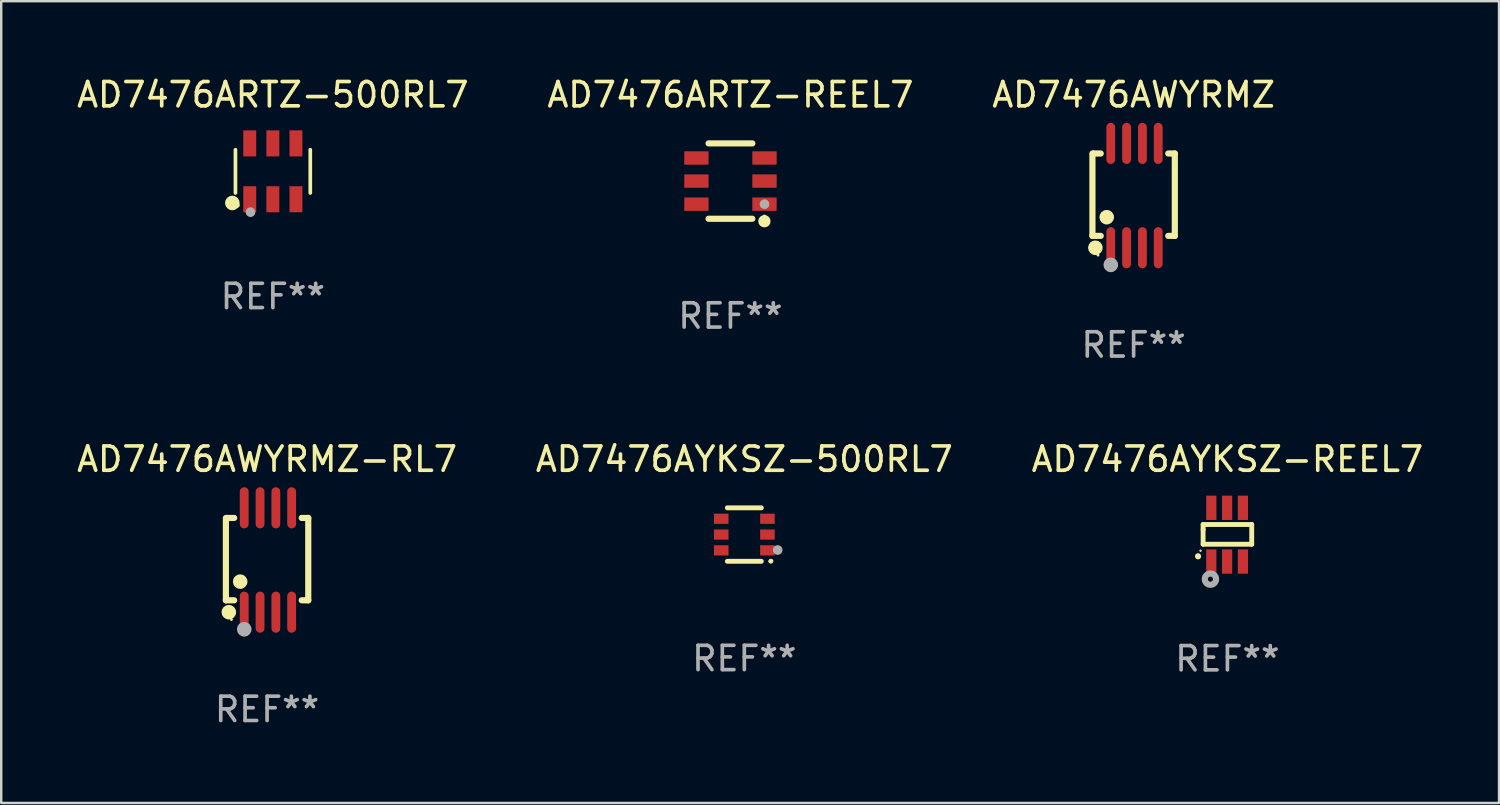
<source format=kicad_pcb>
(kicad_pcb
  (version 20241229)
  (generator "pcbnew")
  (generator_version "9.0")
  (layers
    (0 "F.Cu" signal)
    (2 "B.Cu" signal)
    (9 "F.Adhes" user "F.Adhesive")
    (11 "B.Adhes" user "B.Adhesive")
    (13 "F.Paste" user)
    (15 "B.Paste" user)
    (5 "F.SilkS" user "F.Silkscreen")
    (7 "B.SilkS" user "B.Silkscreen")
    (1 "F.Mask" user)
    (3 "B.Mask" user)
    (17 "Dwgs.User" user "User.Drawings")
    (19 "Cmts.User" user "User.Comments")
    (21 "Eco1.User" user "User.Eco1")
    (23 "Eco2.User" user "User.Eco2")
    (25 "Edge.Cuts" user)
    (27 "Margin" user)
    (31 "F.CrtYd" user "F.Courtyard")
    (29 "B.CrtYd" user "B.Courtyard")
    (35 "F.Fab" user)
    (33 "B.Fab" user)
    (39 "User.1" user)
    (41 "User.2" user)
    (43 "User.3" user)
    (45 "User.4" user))
  (footprint "AD7476AYKSZ-REEL7"
    (layer "F.Cu")
    (at 47.435 18.942)
    (property "Reference" "AD7476AYKSZ-REEL7" (at 0 -3.105 0) (layer "F.SilkS") (effects (font (size 1 1) (thickness 0.15))))
    (attr through_hole)
    (fp_line (start -1 -0.419) (end -1 -0.213) (stroke (width 0.2) (type solid)) (layer "F.SilkS"))
    (fp_line (start -1 -0.213) (end -1 0.393) (stroke (width 0.2) (type solid)) (layer "F.SilkS"))
    (fp_line (start -1 0.393) (end 1 0.393) (stroke (width 0.2) (type solid)) (layer "F.SilkS"))
    (fp_line (start 1 -0.419) (end -1 -0.419) (stroke (width 0.2) (type solid)) (layer "F.SilkS"))
    (fp_line (start 1 0.393) (end 1 -0.419) (stroke (width 0.2) (type solid)) (layer "F.SilkS"))
    (fp_arc (start -1.208509 0.890272) (mid -1.208515 0.889002) (end -1.208509 0.887732) (stroke (width 0.25) (type solid)) (layer "F.SilkS"))
    (fp_circle (center -1.105 0.66) (end -1.08 0.66) (stroke (width 0.05) (type solid)) (fill no) (layer "F.SilkS"))
    (fp_circle (center -0.699 1.829) (end -0.594 1.829) (stroke (width 0.254) (type solid)) (fill no) (layer "F.Fab"))
    (fp_text user "REF**" (at 0 5.105 0) (layer "F.Fab") (effects (font (size 1 1) (thickness 0.15))))
    (pad "1" smd rect (at -0.663 1.105) (size 0.42 1) (layers "F.Cu" "F.Mask" "F.Paste"))
    (pad "2" smd rect (at -0.013 1.105) (size 0.42 1) (layers "F.Cu" "F.Mask" "F.Paste"))
    (pad "3" smd rect (at 0.637 1.105) (size 0.42 1) (layers "F.Cu" "F.Mask" "F.Paste"))
    (pad "4" smd rect (at 0.637 -1.105 180) (size 0.42 1) (layers "F.Cu" "F.Mask" "F.Paste"))
    (pad "5" smd rect (at -0.013 -1.105 180) (size 0.42 1) (layers "F.Cu" "F.Mask" "F.Paste"))
    (pad "6" smd rect (at -0.663 -1.105 180) (size 0.42 1) (layers "F.Cu" "F.Mask" "F.Paste")))
  (footprint "AD7476ARTZ-REEL7"
    (layer "F.Cu")
    (at 26.994 4.398)
    (property "Reference" "AD7476ARTZ-REEL7" (at 0 -3.55 0) (layer "F.SilkS") (effects (font (size 1 1) (thickness 0.15))))
    (attr through_hole)
    (fp_line (start -0.9 -1.55) (end 0.9 -1.55) (stroke (width 0.254) (type solid)) (layer "F.SilkS"))
    (fp_line (start -0.9 1.55) (end 0.9 1.55) (stroke (width 0.254) (type solid)) (layer "F.SilkS"))
    (fp_circle (center 1.397 1.651) (end 1.524 1.651) (stroke (width 0.254) (type solid)) (fill no) (layer "F.SilkS"))
    (fp_circle (center 1.4 1.435) (end 1.43 1.435) (stroke (width 0.06) (type solid)) (fill no) (layer "F.SilkS"))
    (fp_circle (center 1.4 0.95) (end 1.5 0.95) (stroke (width 0.2) (type solid)) (fill no) (layer "F.Fab"))
    (fp_text user "REF**" (at 0 5.55 0) (layer "F.Fab") (effects (font (size 1 1) (thickness 0.15))))
    (pad "1" smd rect (at 1.4 0.95) (size 1 0.55) (layers "F.Cu" "F.Mask" "F.Paste"))
    (pad "2" smd rect (at 1.4 -0.000102) (size 1 0.55) (layers "F.Cu" "F.Mask" "F.Paste"))
    (pad "3" smd rect (at 1.4 -0.95) (size 1 0.55) (layers "F.Cu" "F.Mask" "F.Paste"))
    (pad "4" smd rect (at -1.4 -0.95) (size 1 0.55) (layers "F.Cu" "F.Mask" "F.Paste"))
    (pad "5" smd rect (at -1.4 -0.000102) (size 1 0.55) (layers "F.Cu" "F.Mask" "F.Paste"))
    (pad "6" smd rect (at -1.4 0.95) (size 1 0.55) (layers "F.Cu" "F.Mask" "F.Paste")))
  (footprint "AD7476ARTZ-500RL7"
    (layer "F.Cu")
    (at 8.173 3.997)
    (property "Reference" "AD7476ARTZ-500RL7" (at 0 -3.149 0) (layer "F.SilkS") (effects (font (size 1 1) (thickness 0.15))))
    (attr through_hole)
    (fp_line (start -1.539 0.889) (end -1.539 -0.889) (stroke (width 0.152) (type solid)) (layer "F.SilkS"))
    (fp_line (start 1.539 0.889) (end 1.539 -0.889) (stroke (width 0.152) (type solid)) (layer "F.SilkS"))
    (fp_circle (center -1.668 1.301) (end -1.518 1.301) (stroke (width 0.3) (type solid)) (fill no) (layer "F.SilkS"))
    (fp_circle (center -1.463 1.4) (end -1.413 1.4) (stroke (width 0.1) (type solid)) (fill no) (layer "F.SilkS"))
    (fp_circle (center -0.92 1.68) (end -0.82 1.68) (stroke (width 0.2) (type solid)) (fill no) (layer "F.Fab"))
    (fp_text user "REF**" (at 0 5.149 0) (layer "F.Fab") (effects (font (size 1 1) (thickness 0.15))))
    (pad "1" smd rect (at -0.95 1.149) (size 0.532 1.072) (layers "F.Cu" "F.Mask" "F.Paste"))
    (pad "2" smd rect (at 0 1.149) (size 0.532 1.072) (layers "F.Cu" "F.Mask" "F.Paste"))
    (pad "3" smd rect (at 0.95 1.149) (size 0.532 1.072) (layers "F.Cu" "F.Mask" "F.Paste"))
    (pad "4" smd rect (at 0.95 -1.149) (size 0.532 1.072) (layers "F.Cu" "F.Mask" "F.Paste"))
    (pad "5" smd rect (at 0 -1.149) (size 0.532 1.072) (layers "F.Cu" "F.Mask" "F.Paste"))
    (pad "6" smd rect (at -0.95 -1.149) (size 0.532 1.072) (layers "F.Cu" "F.Mask" "F.Paste")))
  (footprint "AD7476AYKSZ-500RL7"
    (layer "F.Cu")
    (at 27.565 18.937)
    (property "Reference" "AD7476AYKSZ-500RL7" (at 0 -3.1 0) (layer "F.SilkS") (effects (font (size 1 1) (thickness 0.15))))
    (attr through_hole)
    (fp_line (start -0.7 -1.1) (end 0.7 -1.1) (stroke (width 0.2) (type solid)) (layer "F.SilkS"))
    (fp_line (start -0.7 1.1) (end 0.7 1.1) (stroke (width 0.2) (type solid)) (layer "F.SilkS"))
    (fp_arc (start 1.090932 1.094209) (mid 1.092202 1.094203) (end 1.093472 1.094209) (stroke (width 0.2) (type solid)) (layer "F.SilkS"))
    (fp_circle (center 1.053 1.1) (end 1.083 1.1) (stroke (width 0.06) (type solid)) (fill no) (layer "F.SilkS"))
    (fp_circle (center 1.372 0.635) (end 1.472 0.635) (stroke (width 0.2) (type solid)) (fill no) (layer "F.Fab"))
    (fp_text user "REF**" (at 0 5.1 0) (layer "F.Fab") (effects (font (size 1 1) (thickness 0.15))))
    (pad "1" smd rect (at 0.95 0.65 90) (size 0.42 0.6) (layers "F.Cu" "F.Mask" "F.Paste"))
    (pad "2" smd rect (at 0.95 0 90) (size 0.42 0.6) (layers "F.Cu" "F.Mask" "F.Paste"))
    (pad "3" smd rect (at 0.95 -0.65 90) (size 0.42 0.6) (layers "F.Cu" "F.Mask" "F.Paste"))
    (pad "4" smd rect (at -0.95 -0.65 270) (size 0.42 0.6) (layers "F.Cu" "F.Mask" "F.Paste"))
    (pad "5" smd rect (at -0.95 0 270) (size 0.42 0.6) (layers "F.Cu" "F.Mask" "F.Paste"))
    (pad "6" smd rect (at -0.95 0.65 270) (size 0.42 0.6) (layers "F.Cu" "F.Mask" "F.Paste")))
  (footprint "AD7476AWYRMZ"
    (layer "F.Cu")
    (at 43.577 4.994)
    (property "Reference" "AD7476AWYRMZ" (at 0 -4.146 0) (layer "F.SilkS") (effects (font (size 1 1) (thickness 0.15))))
    (attr through_hole)
    (fp_line (start -1.694 -1.724) (end -1.694 1.652) (stroke (width 0.254) (type solid)) (layer "F.SilkS"))
    (fp_line (start -1.694 1.652) (end -1.688 1.658) (stroke (width 0.254) (type solid)) (layer "F.SilkS"))
    (fp_line (start -1.688 1.658) (end -1.353 1.658) (stroke (width 0.254) (type solid)) (layer "F.SilkS"))
    (fp_line (start -1.661 -1.73) (end -1.681 -1.71) (stroke (width 0.254) (type solid)) (layer "F.SilkS"))
    (fp_line (start -1.353 -1.73) (end -1.661 -1.73) (stroke (width 0.254) (type solid)) (layer "F.SilkS"))
    (fp_line (start 1.424 1.658) (end 1.694 1.658) (stroke (width 0.254) (type solid)) (layer "F.SilkS"))
    (fp_line (start 1.694 -1.73) (end 1.424 -1.73) (stroke (width 0.254) (type solid)) (layer "F.SilkS"))
    (fp_line (start 1.694 1.658) (end 1.694 -1.73) (stroke (width 0.254) (type solid)) (layer "F.SilkS"))
    (fp_circle (center -1.574 2.146) (end -1.424 2.146) (stroke (width 0.3) (type solid)) (fill no) (layer "F.SilkS"))
    (fp_circle (center -1.464 2.45) (end -1.434 2.45) (stroke (width 0.06) (type solid)) (fill no) (layer "F.SilkS"))
    (fp_circle (center -1.107 0.889) (end -0.957 0.889) (stroke (width 0.3) (type solid)) (fill no) (layer "F.SilkS"))
    (fp_circle (center -0.94 2.85) (end -0.789 2.85) (stroke (width 0.3) (type solid)) (fill no) (layer "F.Fab"))
    (fp_text user "REF**" (at 0 6.146 0) (layer "F.Fab") (effects (font (size 1 1) (thickness 0.15))))
    (pad "1" smd oval (at -0.94 2.146) (size 0.364 1.692) (layers "F.Cu" "F.Mask" "F.Paste"))
    (pad "2" smd oval (at -0.289 2.146) (size 0.364 1.692) (layers "F.Cu" "F.Mask" "F.Paste"))
    (pad "3" smd oval (at 0.361 2.146) (size 0.364 1.692) (layers "F.Cu" "F.Mask" "F.Paste"))
    (pad "4" smd oval (at 1.011 2.146) (size 0.364 1.692) (layers "F.Cu" "F.Mask" "F.Paste"))
    (pad "5" smd oval (at 1.011 -2.146) (size 0.364 1.692) (layers "F.Cu" "F.Mask" "F.Paste"))
    (pad "6" smd oval (at 0.361 -2.146) (size 0.364 1.692) (layers "F.Cu" "F.Mask" "F.Paste"))
    (pad "7" smd oval (at -0.289 -2.146) (size 0.364 1.692) (layers "F.Cu" "F.Mask" "F.Paste"))
    (pad "8" smd oval (at -0.94 -2.146) (size 0.364 1.692) (layers "F.Cu" "F.Mask" "F.Paste")))
  (footprint "AD7476AWYRMZ-RL7"
    (layer "F.Cu")
    (at 7.935 19.983)
    (property "Reference" "AD7476AWYRMZ-RL7" (at 0 -4.146 0) (layer "F.SilkS") (effects (font (size 1 1) (thickness 0.15))))
    (attr through_hole)
    (fp_line (start -1.694 -1.724) (end -1.694 1.652) (stroke (width 0.254) (type solid)) (layer "F.SilkS"))
    (fp_line (start -1.694 1.652) (end -1.688 1.658) (stroke (width 0.254) (type solid)) (layer "F.SilkS"))
    (fp_line (start -1.688 1.658) (end -1.353 1.658) (stroke (width 0.254) (type solid)) (layer "F.SilkS"))
    (fp_line (start -1.661 -1.73) (end -1.681 -1.71) (stroke (width 0.254) (type solid)) (layer "F.SilkS"))
    (fp_line (start -1.353 -1.73) (end -1.661 -1.73) (stroke (width 0.254) (type solid)) (layer "F.SilkS"))
    (fp_line (start 1.424 1.658) (end 1.694 1.658) (stroke (width 0.254) (type solid)) (layer "F.SilkS"))
    (fp_line (start 1.694 -1.73) (end 1.424 -1.73) (stroke (width 0.254) (type solid)) (layer "F.SilkS"))
    (fp_line (start 1.694 1.658) (end 1.694 -1.73) (stroke (width 0.254) (type solid)) (layer "F.SilkS"))
    (fp_circle (center -1.574 2.146) (end -1.424 2.146) (stroke (width 0.3) (type solid)) (fill no) (layer "F.SilkS"))
    (fp_circle (center -1.464 2.45) (end -1.434 2.45) (stroke (width 0.06) (type solid)) (fill no) (layer "F.SilkS"))
    (fp_circle (center -1.107 0.889) (end -0.957 0.889) (stroke (width 0.3) (type solid)) (fill no) (layer "F.SilkS"))
    (fp_circle (center -0.94 2.85) (end -0.789 2.85) (stroke (width 0.3) (type solid)) (fill no) (layer "F.Fab"))
    (fp_text user "REF**" (at 0 6.146 0) (layer "F.Fab") (effects (font (size 1 1) (thickness 0.15))))
    (pad "1" smd oval (at -0.94 2.146) (size 0.364 1.692) (layers "F.Cu" "F.Mask" "F.Paste"))
    (pad "2" smd oval (at -0.289 2.146) (size 0.364 1.692) (layers "F.Cu" "F.Mask" "F.Paste"))
    (pad "3" smd oval (at 0.361 2.146) (size 0.364 1.692) (layers "F.Cu" "F.Mask" "F.Paste"))
    (pad "4" smd oval (at 1.011 2.146) (size 0.364 1.692) (layers "F.Cu" "F.Mask" "F.Paste"))
    (pad "5" smd oval (at 1.011 -2.146) (size 0.364 1.692) (layers "F.Cu" "F.Mask" "F.Paste"))
    (pad "6" smd oval (at 0.361 -2.146) (size 0.364 1.692) (layers "F.Cu" "F.Mask" "F.Paste"))
    (pad "7" smd oval (at -0.289 -2.146) (size 0.364 1.692) (layers "F.Cu" "F.Mask" "F.Paste"))
    (pad "8" smd oval (at -0.94 -2.146) (size 0.364 1.692) (layers "F.Cu" "F.Mask" "F.Paste")))
  (gr_rect
    (start -3 -3)
    (end 58.607 29.977)
    (stroke (width 0.1) (type default))
    (fill no)
    (layer "Edge.Cuts")))
</source>
